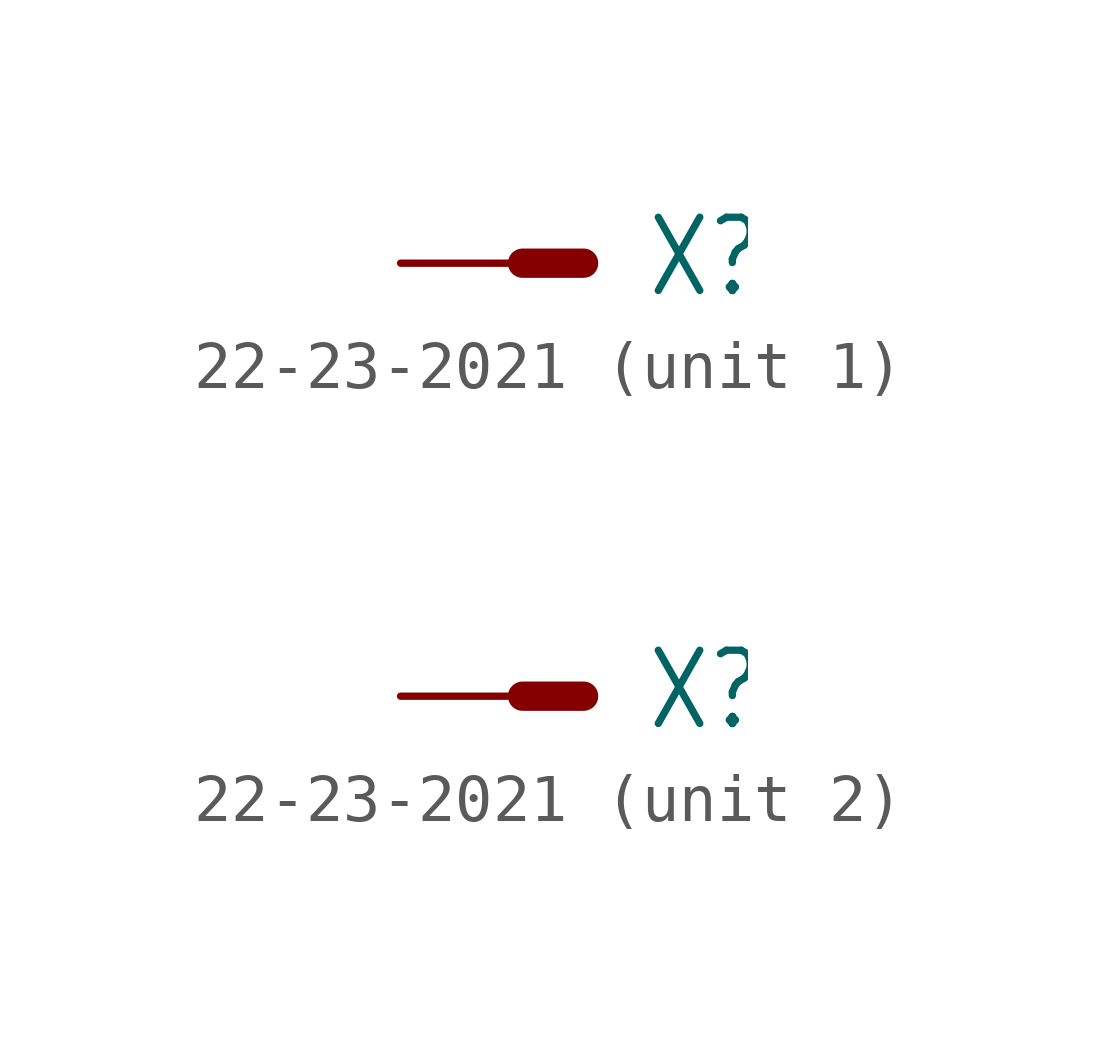
<source format=kicad_sym>
(kicad_symbol_lib
  (version 20241209)
  (generator "kicad_symbol_editor")
  (generator_version "9.0")
  (symbol "22-23-2021"
    (property "Reference" "X"
      (at 2.54 -0.762 0)
      (effects (font (size 1.524 1.295)) (justify left bottom)))
    (property "ki_locked" ""
      (at 0 0 0)
      (effects (font (size 1.27 1.27))))
    (symbol "22-23-2021_1_0"
      (polyline (pts (xy 1.27 0) (xy 0 0)) (stroke (width 0.61) (type solid)) (fill (type none)))
      (pin passive line (at -2.54 0 0) (length 2.54) (name "S" (effects (font (size 0 0)))) (number "1" (effects (font (size 0 0))))))
    (symbol "22-23-2021_2_0"
      (polyline (pts (xy 1.27 0) (xy 0 0)) (stroke (width 0.61) (type solid)) (fill (type none)))
      (pin passive line (at -2.54 0 0) (length 2.54) (name "S" (effects (font (size 0 0)))) (number "2" (effects (font (size 0 0))))))))
</source>
